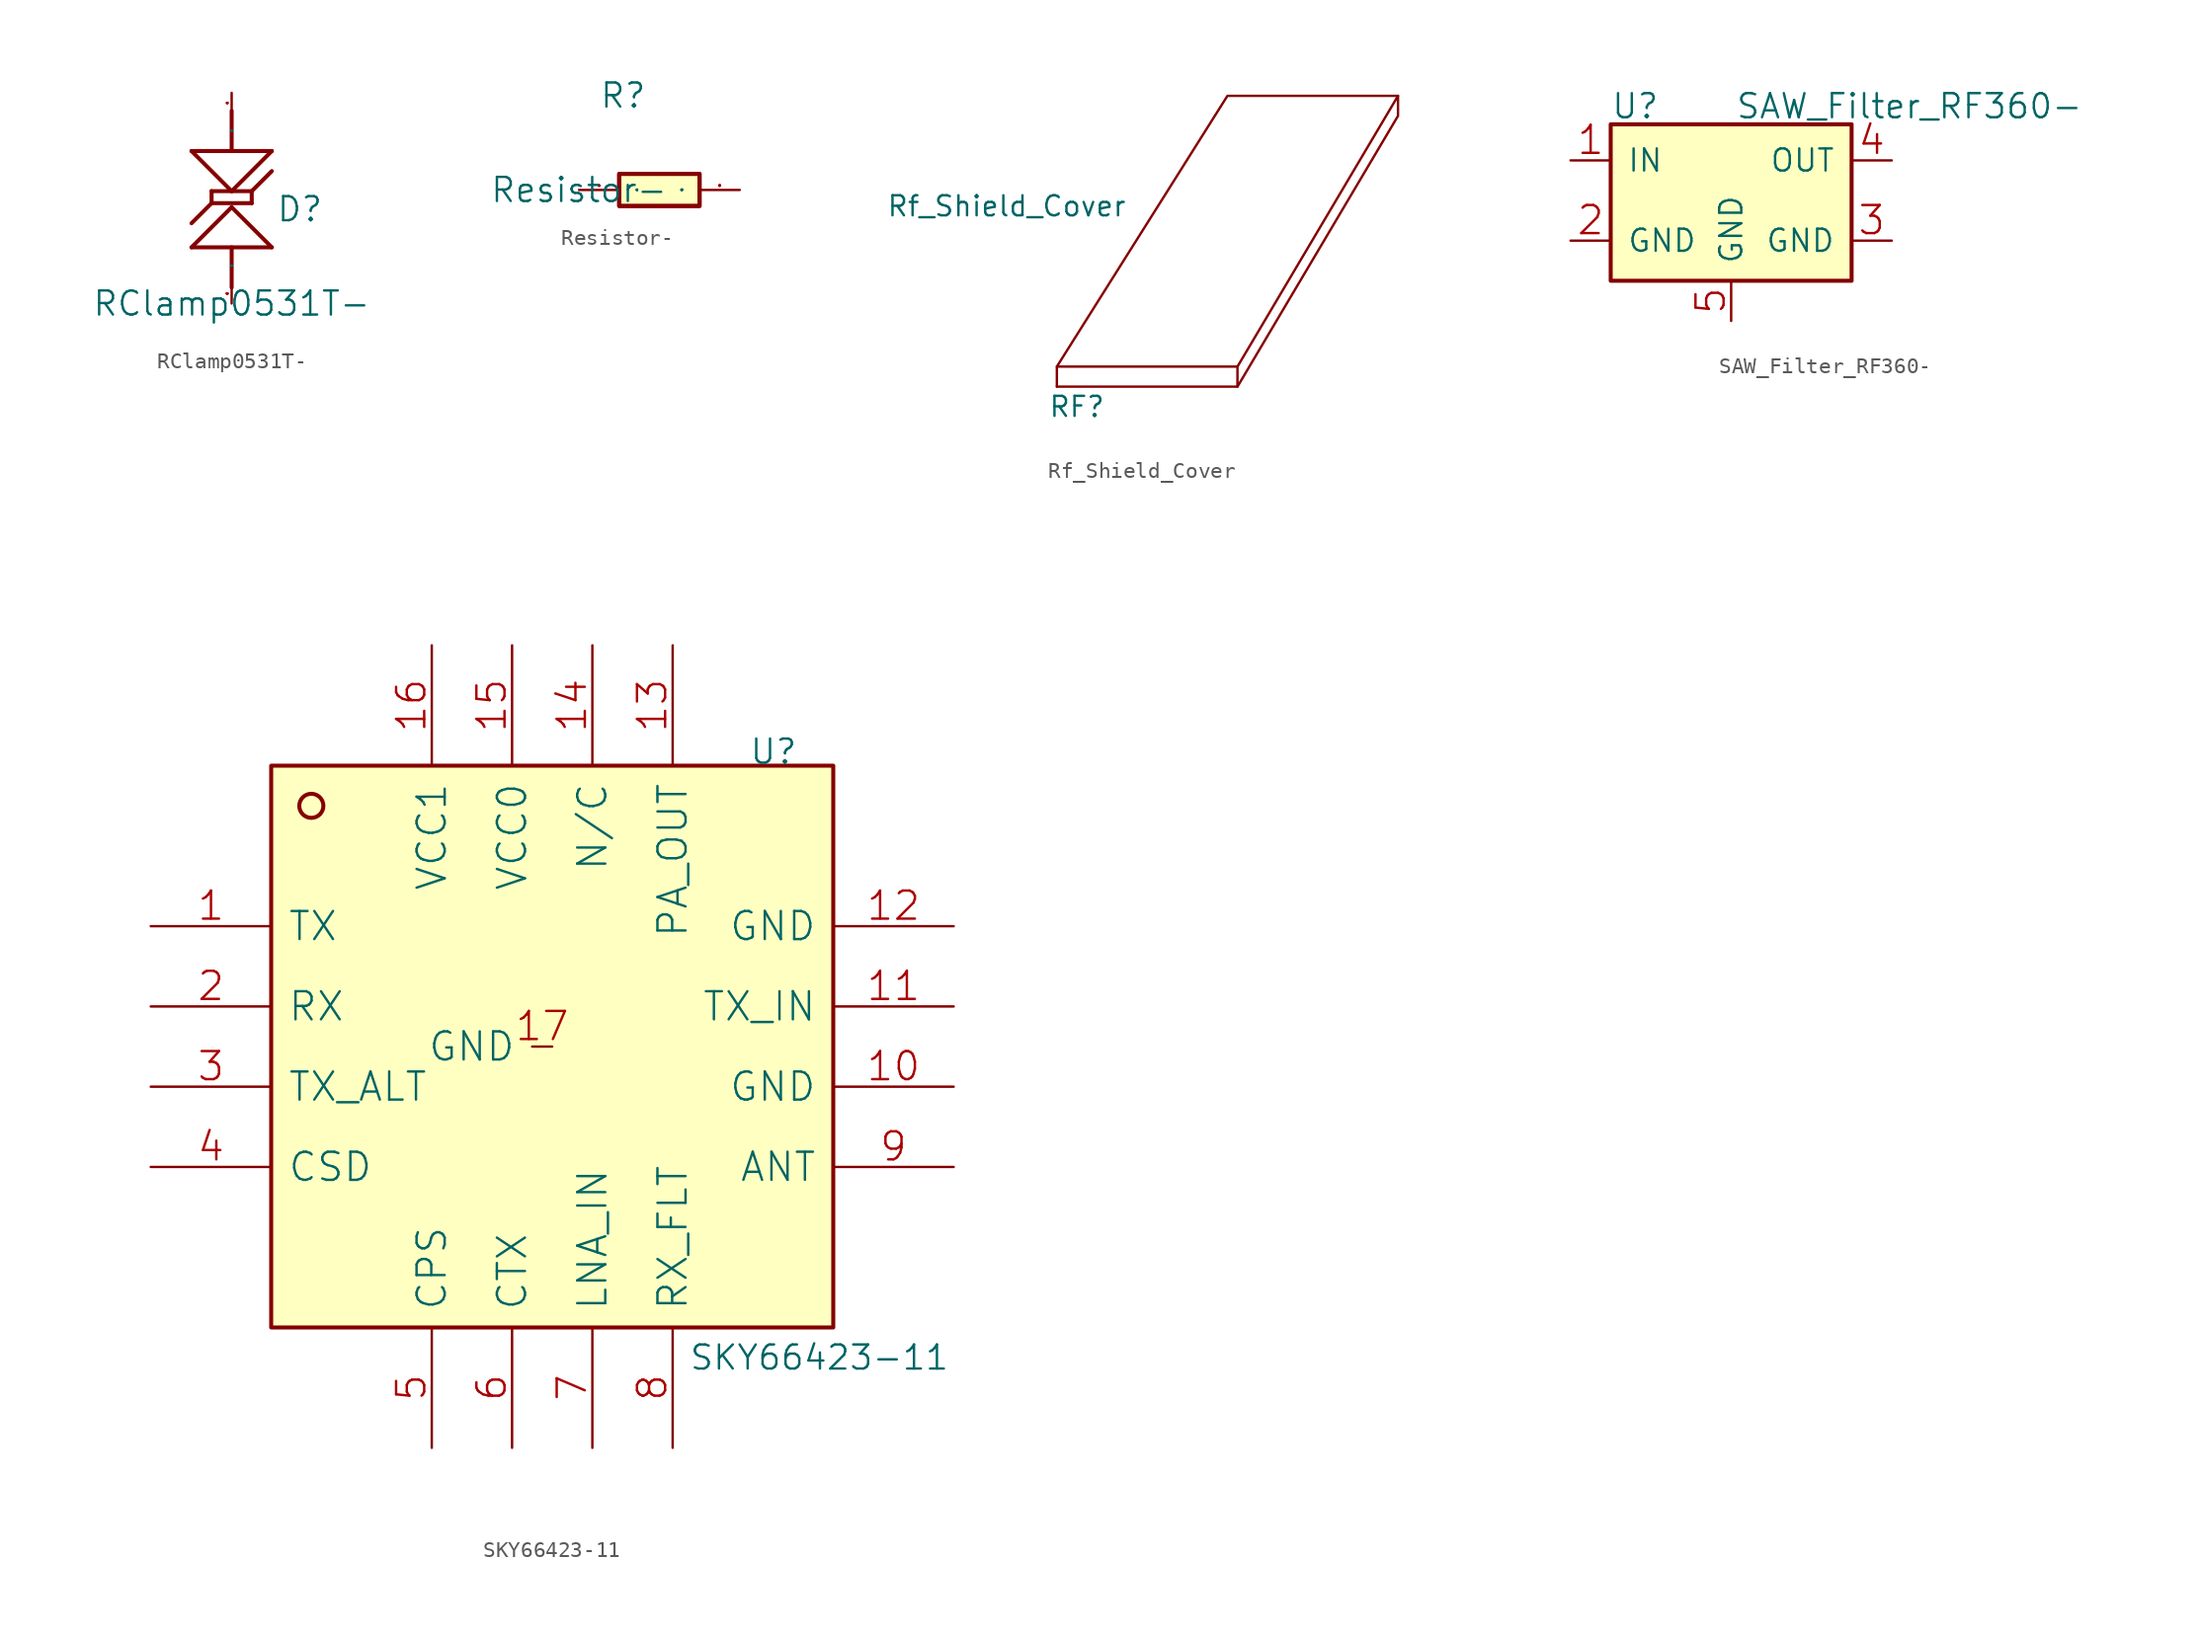
<source format=kicad_sym>
(kicad_symbol_lib
  (version 20211014)
  (generator kicad_symbol_editor)
  (symbol "RClamp0531T-"
    (pin_names
      (offset 1.016))
    (property "Reference" "D"
      (at 2.794 5.08 0)
      (effects (font (size 1.524 1.524)) (justify left bottom)))
    (property "Value" "RClamp0531T-"
      (at 0 0 0)
      (effects (font (size 1.524 1.524))))
    (symbol "RClamp0531T-_0_1"
      (polyline (pts (xy -2.54 3.556) (xy 2.54 3.556)) (stroke (width 0.254) (type default) (color 0 0 0 0)) (fill (type none)))
      (polyline (pts (xy -2.54 9.652) (xy 0 7.112)) (stroke (width 0.254) (type default) (color 0 0 0 0)) (fill (type none)))
      (polyline (pts (xy -1.27 6.35) (xy -2.54 5.08)) (stroke (width 0.254) (type default) (color 0 0 0 0)) (fill (type none)))
      (polyline (pts (xy -1.27 6.35) (xy 1.27 6.35)) (stroke (width 0.254) (type default) (color 0 0 0 0)) (fill (type none)))
      (polyline (pts (xy -1.27 7.112) (xy -1.27 6.35)) (stroke (width 0.254) (type default) (color 0 0 0 0)) (fill (type none)))
      (polyline (pts (xy 0 1.016) (xy 0 3.556)) (stroke (width 0.254) (type default) (color 0 0 0 0)) (fill (type none)))
      (polyline (pts (xy 0 6.096) (xy -2.54 3.556)) (stroke (width 0.254) (type default) (color 0 0 0 0)) (fill (type none)))
      (polyline (pts (xy 0 7.112) (xy 2.54 9.652)) (stroke (width 0.254) (type default) (color 0 0 0 0)) (fill (type none)))
      (polyline (pts (xy 0 12.192) (xy 0 9.652)) (stroke (width 0.254) (type default) (color 0 0 0 0)) (fill (type none)))
      (polyline (pts (xy 1.27 6.35) (xy 1.27 7.112)) (stroke (width 0.254) (type default) (color 0 0 0 0)) (fill (type none)))
      (polyline (pts (xy 1.27 7.112) (xy -1.27 7.112)) (stroke (width 0.254) (type default) (color 0 0 0 0)) (fill (type none)))
      (polyline (pts (xy 2.54 3.556) (xy 0 6.096)) (stroke (width 0.254) (type default) (color 0 0 0 0)) (fill (type none)))
      (polyline (pts (xy 2.54 8.382) (xy 1.27 7.112)) (stroke (width 0.254) (type default) (color 0 0 0 0)) (fill (type none)))
      (polyline (pts (xy 2.54 9.652) (xy -2.54 9.652)) (stroke (width 0.254) (type default) (color 0 0 0 0)) (fill (type none)))
      (pin passive line (at 0 13.335 270) (length 1.27) (name "A" (effects (font (size 0.025 0.025)))) (number "1" (effects (font (size 0.025 0.025)))))
      (pin passive line (at 0 0 90) (length 1.27) (name "K" (effects (font (size 0.025 0.025)))) (number "2" (effects (font (size 0.025 0.025)))))))
  (symbol "Resistor-"
    (pin_names
      (offset 1.016))
    (property "Reference" "R"
      (at 1.27 5.08 0)
      (effects (font (size 1.524 1.524)) (justify left bottom)))
    (property "Value" "Resistor-"
      (at 0 0 0)
      (effects (font (size 1.524 1.524))))
    (symbol "Resistor-_0_1"
      (rectangle (start 2.54 -1.016) (end 7.62 1.016) (stroke (width 0.254) (type default) (color 0 0 0 0)) (fill (type background)))
      (rectangle (start 2.54 1.016) (end 7.62 -1.016) (stroke (width 0.254) (type default) (color 0 0 0 0)) (fill (type background)))
      (pin passive line (at 0 0 0) (length 2.54) (name "1" (effects (font (size 0.025 0.025)))) (number "1" (effects (font (size 0.025 0.025)))))
      (pin passive line (at 10.16 0 180) (length 2.54) (name "2" (effects (font (size 0.025 0.025)))) (number "2" (effects (font (size 0.025 0.025)))))))
  (symbol "Rf_Shield_Cover"
    (pin_names
      (offset 1.016))
    (property "Reference" "RF"
      (at -2.54 -7.62 0)
      (effects (font (size 1.27 1.27))))
    (property "Value" "Rf_Shield_Cover"
      (at -6.985 5.08 0)
      (effects (font (size 1.27 1.27))))
    (symbol "Rf_Shield_Cover_0_1"
      (polyline (pts (xy -3.81 -5.08) (xy -3.81 -6.35)) (stroke (width 0) (type default) (color 0 0 0 0)) (fill (type none)))
      (polyline (pts (xy -3.81 -6.35) (xy 7.62 -6.35) (xy 7.62 -5.08)) (stroke (width 0) (type default) (color 0 0 0 0)) (fill (type none)))
      (polyline (pts (xy 7.62 -6.35) (xy 17.78 10.795) (xy 17.78 12.065)) (stroke (width 0) (type default) (color 0 0 0 0)) (fill (type none)))
      (polyline (pts (xy -3.81 -5.08) (xy 6.985 12.065) (xy 17.78 12.065) (xy 7.62 -5.08) (xy -3.81 -5.08)) (stroke (width 0) (type default) (color 0 0 0 0)) (fill (type none)))))
  (symbol "SAW_Filter_RF360-"
    (pin_names
      (offset 1.016))
    (property "Reference" "U"
      (at -7.62 5.08 0)
      (effects (font (size 1.524 1.524)) (justify left bottom)))
    (property "Value" "SAW_Filter_RF360-"
      (at 0.254 5.08 0)
      (effects (font (size 1.524 1.524)) (justify left bottom)))
    (symbol "SAW_Filter_RF360-_0_1"
      (rectangle (start 7.62 -5.08) (end -7.62 4.826) (stroke (width 0.254) (type default) (color 0 0 0 0)) (fill (type background)))
      (pin passive line (at -10.16 2.54 0) (length 2.54) (name "IN" (effects (font (size 1.397 1.397)))) (number "1" (effects (font (size 1.778 1.778)))))
      (pin passive line (at -10.16 -2.54 0) (length 2.54) (name "GND" (effects (font (size 1.397 1.397)))) (number "2" (effects (font (size 1.778 1.778)))))
      (pin passive line (at 10.16 -2.54 180) (length 2.54) (name "GND" (effects (font (size 1.397 1.397)))) (number "3" (effects (font (size 1.778 1.778)))))
      (pin passive line (at 10.16 2.54 180) (length 2.54) (name "OUT" (effects (font (size 1.397 1.397)))) (number "4" (effects (font (size 1.778 1.778)))))
      (pin passive line (at 0 -7.62 90) (length 2.54) (name "GND" (effects (font (size 1.397 1.397)))) (number "5" (effects (font (size 1.778 1.778)))))))
  (symbol "SKY66423-11"
    (pin_names
      (offset 1.016))
    (property "Reference" "U"
      (at 30.226 0 0)
      (effects (font (size 1.524 1.524)) (justify left bottom)))
    (property "Value" "SKY66423-11"
      (at 26.416 -38.354 0)
      (effects (font (size 1.524 1.524)) (justify left bottom)))
    (symbol "SKY66423-11_0_1"
      (rectangle (start 0 -35.56) (end 35.56 0) (stroke (width 0.254) (type default) (color 0 0 0 0)) (fill (type background)))
      (circle (center 2.54 -2.54) (radius 0.762) (stroke (width 0.254) (type default) (color 0 0 0 0)) (fill (type none)))
      (pin passive line (at -7.62 -10.16 0) (length 7.62) (name "TX" (effects (font (size 1.778 1.778)))) (number "1" (effects (font (size 1.778 1.778)))))
      (pin power_in line (at 43.18 -20.32 180) (length 7.62) (name "GND" (effects (font (size 1.778 1.778)))) (number "10" (effects (font (size 1.778 1.778)))))
      (pin passive line (at 43.18 -15.24 180) (length 7.62) (name "TX_IN" (effects (font (size 1.778 1.778)))) (number "11" (effects (font (size 1.778 1.778)))))
      (pin power_in line (at 43.18 -10.16 180) (length 7.62) (name "GND" (effects (font (size 1.778 1.778)))) (number "12" (effects (font (size 1.778 1.778)))))
      (pin passive line (at 25.4 7.62 270) (length 7.62) (name "PA_OUT" (effects (font (size 1.778 1.778)))) (number "13" (effects (font (size 1.778 1.778)))))
      (pin passive line (at 20.32 7.62 270) (length 7.62) (name "N/C" (effects (font (size 1.778 1.778)))) (number "14" (effects (font (size 1.778 1.778)))))
      (pin power_in line (at 15.24 7.62 270) (length 7.62) (name "VCC0" (effects (font (size 1.778 1.778)))) (number "15" (effects (font (size 1.778 1.778)))))
      (pin power_in line (at 10.16 7.62 270) (length 7.62) (name "VCC1" (effects (font (size 1.778 1.778)))) (number "16" (effects (font (size 1.778 1.778)))))
      (pin power_in line (at 17.78 -17.78 180) (length 1.27) (name "GND" (effects (font (size 1.778 1.778)))) (number "17" (effects (font (size 1.778 1.778)))))
      (pin passive line (at -7.62 -15.24 0) (length 7.62) (name "RX" (effects (font (size 1.778 1.778)))) (number "2" (effects (font (size 1.778 1.778)))))
      (pin passive line (at -7.62 -20.32 0) (length 7.62) (name "TX_ALT" (effects (font (size 1.778 1.778)))) (number "3" (effects (font (size 1.778 1.778)))))
      (pin input line (at -7.62 -25.4 0) (length 7.62) (name "CSD" (effects (font (size 1.778 1.778)))) (number "4" (effects (font (size 1.778 1.778)))))
      (pin input line (at 10.16 -43.18 90) (length 7.62) (name "CPS" (effects (font (size 1.778 1.778)))) (number "5" (effects (font (size 1.778 1.778)))))
      (pin input line (at 15.24 -43.18 90) (length 7.62) (name "CTX" (effects (font (size 1.778 1.778)))) (number "6" (effects (font (size 1.778 1.778)))))
      (pin passive line (at 20.32 -43.18 90) (length 7.62) (name "LNA_IN" (effects (font (size 1.778 1.778)))) (number "7" (effects (font (size 1.778 1.778)))))
      (pin passive line (at 25.4 -43.18 90) (length 7.62) (name "RX_FLT" (effects (font (size 1.778 1.778)))) (number "8" (effects (font (size 1.778 1.778)))))
      (pin passive line (at 43.18 -25.4 180) (length 7.62) (name "ANT" (effects (font (size 1.778 1.778)))) (number "9" (effects (font (size 1.778 1.778))))))))
</source>
